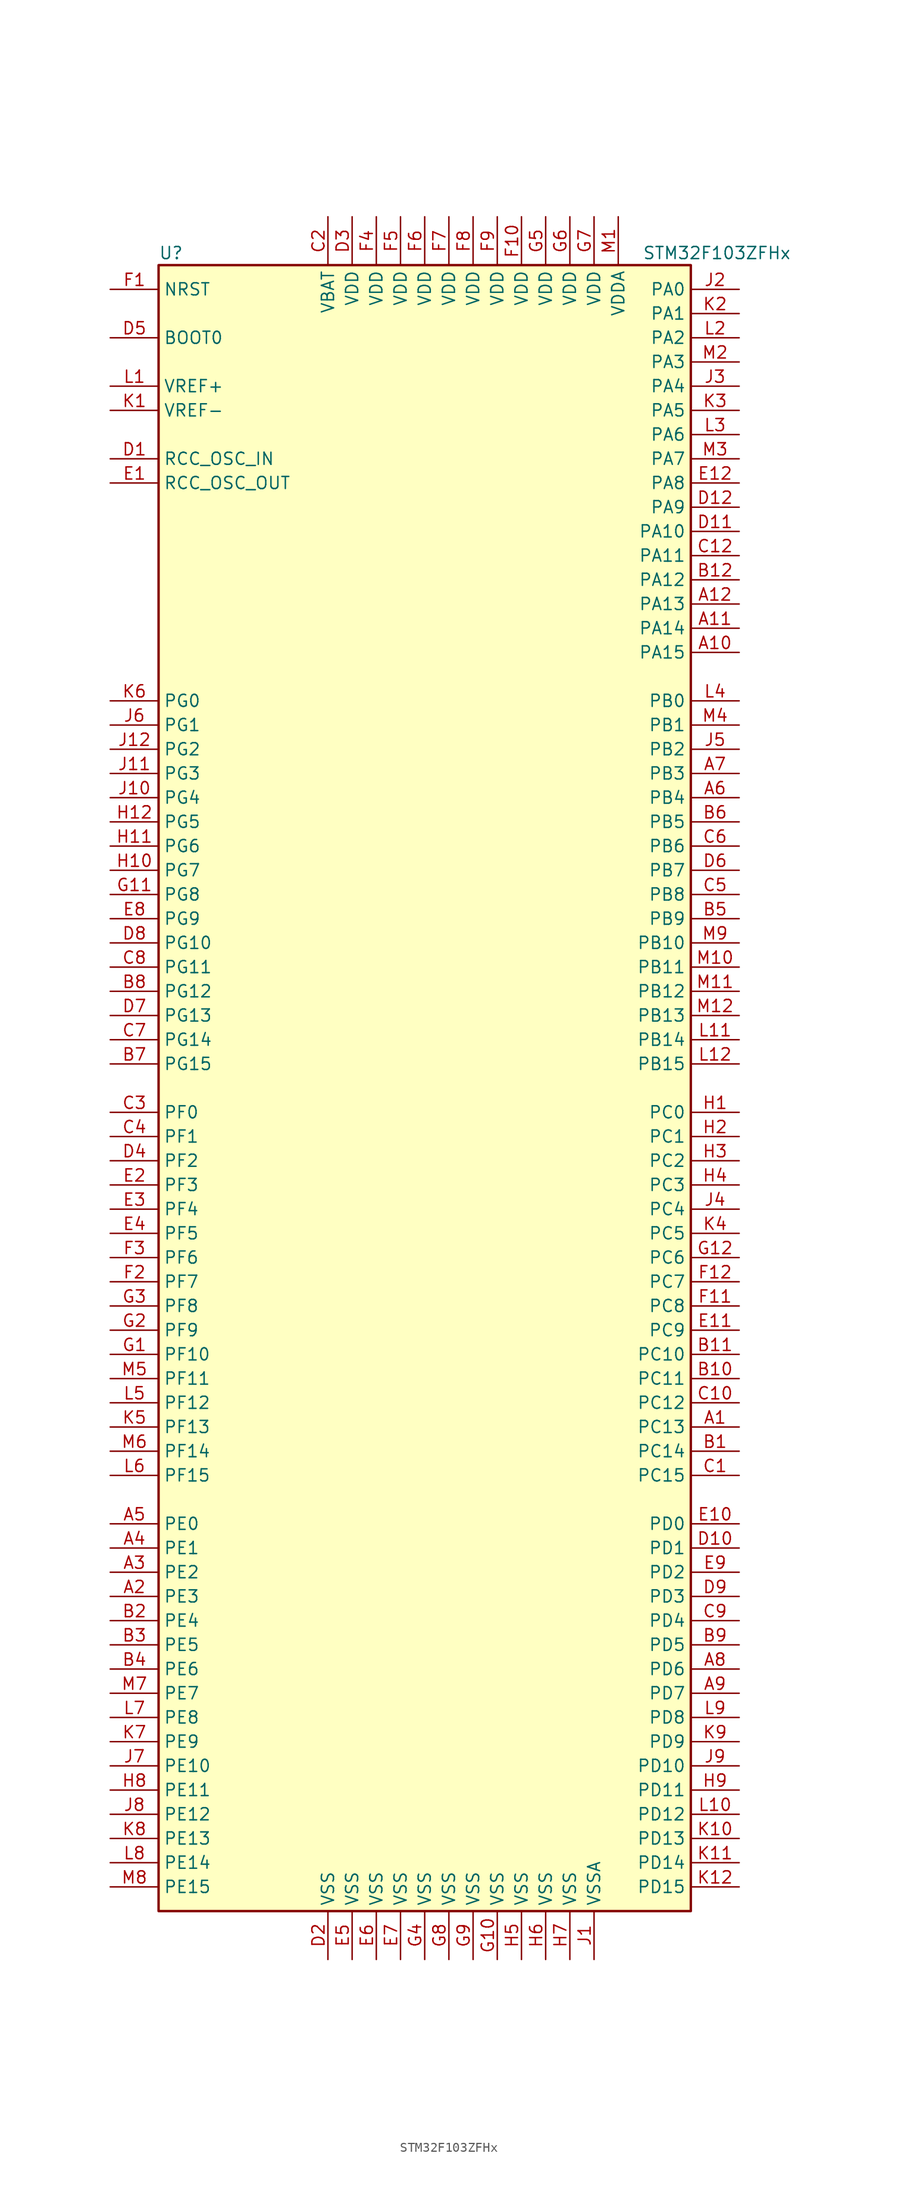
<source format=kicad_sym>
(kicad_symbol_lib
  (version 20201005)
  (generator kicad_symbol_editor)
  (symbol "MCU_ST_STM32F1:STM32F103ZFHx"
    (property "Reference" "U"
      (at -27.94 87.63 0)
      (effects (font (size 1.27 1.27)) (justify left)))
    (property "Value" "STM32F103ZFHx"
      (at 22.86 87.63 0)
      (effects (font (size 1.27 1.27)) (justify left)))
    (symbol "STM32F103ZFHx_0_1"
      (rectangle (start -27.94 -86.36) (end 27.94 86.36) (stroke (width 0.254)) (fill (type background))))
    (symbol "STM32F103ZFHx_1_1"
      (pin input line (at -33.02 78.74 0) (length 5.08) (name "BOOT0" (effects (font (size 1.27 1.27)))) (number "D5" (effects (font (size 1.27 1.27)))))
      (pin no_connect line (at -27.94 -83.82 0) (length 5.08) hide (name "NC" (effects (font (size 1.27 1.27)))) (number "C11" (effects (font (size 1.27 1.27)))))
      (pin input line (at -33.02 83.82 0) (length 5.08) (name "NRST" (effects (font (size 1.27 1.27)))) (number "F1" (effects (font (size 1.27 1.27)))))
      (pin bidirectional line (at 33.02 83.82 180) (length 5.08) (name "PA0" (effects (font (size 1.27 1.27)))) (number "J2" (effects (font (size 1.27 1.27)))))
      (pin bidirectional line (at 33.02 81.28 180) (length 5.08) (name "PA1" (effects (font (size 1.27 1.27)))) (number "K2" (effects (font (size 1.27 1.27)))))
      (pin bidirectional line (at 33.02 58.42 180) (length 5.08) (name "PA10" (effects (font (size 1.27 1.27)))) (number "D11" (effects (font (size 1.27 1.27)))))
      (pin bidirectional line (at 33.02 55.88 180) (length 5.08) (name "PA11" (effects (font (size 1.27 1.27)))) (number "C12" (effects (font (size 1.27 1.27)))))
      (pin bidirectional line (at 33.02 53.34 180) (length 5.08) (name "PA12" (effects (font (size 1.27 1.27)))) (number "B12" (effects (font (size 1.27 1.27)))))
      (pin bidirectional line (at 33.02 50.8 180) (length 5.08) (name "PA13" (effects (font (size 1.27 1.27)))) (number "A12" (effects (font (size 1.27 1.27)))))
      (pin bidirectional line (at 33.02 48.26 180) (length 5.08) (name "PA14" (effects (font (size 1.27 1.27)))) (number "A11" (effects (font (size 1.27 1.27)))))
      (pin bidirectional line (at 33.02 45.72 180) (length 5.08) (name "PA15" (effects (font (size 1.27 1.27)))) (number "A10" (effects (font (size 1.27 1.27)))))
      (pin bidirectional line (at 33.02 78.74 180) (length 5.08) (name "PA2" (effects (font (size 1.27 1.27)))) (number "L2" (effects (font (size 1.27 1.27)))))
      (pin bidirectional line (at 33.02 76.2 180) (length 5.08) (name "PA3" (effects (font (size 1.27 1.27)))) (number "M2" (effects (font (size 1.27 1.27)))))
      (pin bidirectional line (at 33.02 73.66 180) (length 5.08) (name "PA4" (effects (font (size 1.27 1.27)))) (number "J3" (effects (font (size 1.27 1.27)))))
      (pin bidirectional line (at 33.02 71.12 180) (length 5.08) (name "PA5" (effects (font (size 1.27 1.27)))) (number "K3" (effects (font (size 1.27 1.27)))))
      (pin bidirectional line (at 33.02 68.58 180) (length 5.08) (name "PA6" (effects (font (size 1.27 1.27)))) (number "L3" (effects (font (size 1.27 1.27)))))
      (pin bidirectional line (at 33.02 66.04 180) (length 5.08) (name "PA7" (effects (font (size 1.27 1.27)))) (number "M3" (effects (font (size 1.27 1.27)))))
      (pin bidirectional line (at 33.02 63.5 180) (length 5.08) (name "PA8" (effects (font (size 1.27 1.27)))) (number "E12" (effects (font (size 1.27 1.27)))))
      (pin bidirectional line (at 33.02 60.96 180) (length 5.08) (name "PA9" (effects (font (size 1.27 1.27)))) (number "D12" (effects (font (size 1.27 1.27)))))
      (pin bidirectional line (at 33.02 40.64 180) (length 5.08) (name "PB0" (effects (font (size 1.27 1.27)))) (number "L4" (effects (font (size 1.27 1.27)))))
      (pin bidirectional line (at 33.02 38.1 180) (length 5.08) (name "PB1" (effects (font (size 1.27 1.27)))) (number "M4" (effects (font (size 1.27 1.27)))))
      (pin bidirectional line (at 33.02 15.24 180) (length 5.08) (name "PB10" (effects (font (size 1.27 1.27)))) (number "M9" (effects (font (size 1.27 1.27)))))
      (pin bidirectional line (at 33.02 12.7 180) (length 5.08) (name "PB11" (effects (font (size 1.27 1.27)))) (number "M10" (effects (font (size 1.27 1.27)))))
      (pin bidirectional line (at 33.02 10.16 180) (length 5.08) (name "PB12" (effects (font (size 1.27 1.27)))) (number "M11" (effects (font (size 1.27 1.27)))))
      (pin bidirectional line (at 33.02 7.62 180) (length 5.08) (name "PB13" (effects (font (size 1.27 1.27)))) (number "M12" (effects (font (size 1.27 1.27)))))
      (pin bidirectional line (at 33.02 5.08 180) (length 5.08) (name "PB14" (effects (font (size 1.27 1.27)))) (number "L11" (effects (font (size 1.27 1.27)))))
      (pin bidirectional line (at 33.02 2.54 180) (length 5.08) (name "PB15" (effects (font (size 1.27 1.27)))) (number "L12" (effects (font (size 1.27 1.27)))))
      (pin bidirectional line (at 33.02 35.56 180) (length 5.08) (name "PB2" (effects (font (size 1.27 1.27)))) (number "J5" (effects (font (size 1.27 1.27)))))
      (pin bidirectional line (at 33.02 33.02 180) (length 5.08) (name "PB3" (effects (font (size 1.27 1.27)))) (number "A7" (effects (font (size 1.27 1.27)))))
      (pin bidirectional line (at 33.02 30.48 180) (length 5.08) (name "PB4" (effects (font (size 1.27 1.27)))) (number "A6" (effects (font (size 1.27 1.27)))))
      (pin bidirectional line (at 33.02 27.94 180) (length 5.08) (name "PB5" (effects (font (size 1.27 1.27)))) (number "B6" (effects (font (size 1.27 1.27)))))
      (pin bidirectional line (at 33.02 25.4 180) (length 5.08) (name "PB6" (effects (font (size 1.27 1.27)))) (number "C6" (effects (font (size 1.27 1.27)))))
      (pin bidirectional line (at 33.02 22.86 180) (length 5.08) (name "PB7" (effects (font (size 1.27 1.27)))) (number "D6" (effects (font (size 1.27 1.27)))))
      (pin bidirectional line (at 33.02 20.32 180) (length 5.08) (name "PB8" (effects (font (size 1.27 1.27)))) (number "C5" (effects (font (size 1.27 1.27)))))
      (pin bidirectional line (at 33.02 17.78 180) (length 5.08) (name "PB9" (effects (font (size 1.27 1.27)))) (number "B5" (effects (font (size 1.27 1.27)))))
      (pin bidirectional line (at 33.02 -2.54 180) (length 5.08) (name "PC0" (effects (font (size 1.27 1.27)))) (number "H1" (effects (font (size 1.27 1.27)))))
      (pin bidirectional line (at 33.02 -5.08 180) (length 5.08) (name "PC1" (effects (font (size 1.27 1.27)))) (number "H2" (effects (font (size 1.27 1.27)))))
      (pin bidirectional line (at 33.02 -27.94 180) (length 5.08) (name "PC10" (effects (font (size 1.27 1.27)))) (number "B11" (effects (font (size 1.27 1.27)))))
      (pin bidirectional line (at 33.02 -30.48 180) (length 5.08) (name "PC11" (effects (font (size 1.27 1.27)))) (number "B10" (effects (font (size 1.27 1.27)))))
      (pin bidirectional line (at 33.02 -33.02 180) (length 5.08) (name "PC12" (effects (font (size 1.27 1.27)))) (number "C10" (effects (font (size 1.27 1.27)))))
      (pin bidirectional line (at 33.02 -35.56 180) (length 5.08) (name "PC13" (effects (font (size 1.27 1.27)))) (number "A1" (effects (font (size 1.27 1.27)))))
      (pin bidirectional line (at 33.02 -38.1 180) (length 5.08) (name "PC14" (effects (font (size 1.27 1.27)))) (number "B1" (effects (font (size 1.27 1.27)))))
      (pin bidirectional line (at 33.02 -40.64 180) (length 5.08) (name "PC15" (effects (font (size 1.27 1.27)))) (number "C1" (effects (font (size 1.27 1.27)))))
      (pin bidirectional line (at 33.02 -7.62 180) (length 5.08) (name "PC2" (effects (font (size 1.27 1.27)))) (number "H3" (effects (font (size 1.27 1.27)))))
      (pin bidirectional line (at 33.02 -10.16 180) (length 5.08) (name "PC3" (effects (font (size 1.27 1.27)))) (number "H4" (effects (font (size 1.27 1.27)))))
      (pin bidirectional line (at 33.02 -12.7 180) (length 5.08) (name "PC4" (effects (font (size 1.27 1.27)))) (number "J4" (effects (font (size 1.27 1.27)))))
      (pin bidirectional line (at 33.02 -15.24 180) (length 5.08) (name "PC5" (effects (font (size 1.27 1.27)))) (number "K4" (effects (font (size 1.27 1.27)))))
      (pin bidirectional line (at 33.02 -17.78 180) (length 5.08) (name "PC6" (effects (font (size 1.27 1.27)))) (number "G12" (effects (font (size 1.27 1.27)))))
      (pin bidirectional line (at 33.02 -20.32 180) (length 5.08) (name "PC7" (effects (font (size 1.27 1.27)))) (number "F12" (effects (font (size 1.27 1.27)))))
      (pin bidirectional line (at 33.02 -22.86 180) (length 5.08) (name "PC8" (effects (font (size 1.27 1.27)))) (number "F11" (effects (font (size 1.27 1.27)))))
      (pin bidirectional line (at 33.02 -25.4 180) (length 5.08) (name "PC9" (effects (font (size 1.27 1.27)))) (number "E11" (effects (font (size 1.27 1.27)))))
      (pin bidirectional line (at 33.02 -45.72 180) (length 5.08) (name "PD0" (effects (font (size 1.27 1.27)))) (number "E10" (effects (font (size 1.27 1.27)))))
      (pin bidirectional line (at 33.02 -48.26 180) (length 5.08) (name "PD1" (effects (font (size 1.27 1.27)))) (number "D10" (effects (font (size 1.27 1.27)))))
      (pin bidirectional line (at 33.02 -71.12 180) (length 5.08) (name "PD10" (effects (font (size 1.27 1.27)))) (number "J9" (effects (font (size 1.27 1.27)))))
      (pin bidirectional line (at 33.02 -73.66 180) (length 5.08) (name "PD11" (effects (font (size 1.27 1.27)))) (number "H9" (effects (font (size 1.27 1.27)))))
      (pin bidirectional line (at 33.02 -76.2 180) (length 5.08) (name "PD12" (effects (font (size 1.27 1.27)))) (number "L10" (effects (font (size 1.27 1.27)))))
      (pin bidirectional line (at 33.02 -78.74 180) (length 5.08) (name "PD13" (effects (font (size 1.27 1.27)))) (number "K10" (effects (font (size 1.27 1.27)))))
      (pin bidirectional line (at 33.02 -81.28 180) (length 5.08) (name "PD14" (effects (font (size 1.27 1.27)))) (number "K11" (effects (font (size 1.27 1.27)))))
      (pin bidirectional line (at 33.02 -83.82 180) (length 5.08) (name "PD15" (effects (font (size 1.27 1.27)))) (number "K12" (effects (font (size 1.27 1.27)))))
      (pin bidirectional line (at 33.02 -50.8 180) (length 5.08) (name "PD2" (effects (font (size 1.27 1.27)))) (number "E9" (effects (font (size 1.27 1.27)))))
      (pin bidirectional line (at 33.02 -53.34 180) (length 5.08) (name "PD3" (effects (font (size 1.27 1.27)))) (number "D9" (effects (font (size 1.27 1.27)))))
      (pin bidirectional line (at 33.02 -55.88 180) (length 5.08) (name "PD4" (effects (font (size 1.27 1.27)))) (number "C9" (effects (font (size 1.27 1.27)))))
      (pin bidirectional line (at 33.02 -58.42 180) (length 5.08) (name "PD5" (effects (font (size 1.27 1.27)))) (number "B9" (effects (font (size 1.27 1.27)))))
      (pin bidirectional line (at 33.02 -60.96 180) (length 5.08) (name "PD6" (effects (font (size 1.27 1.27)))) (number "A8" (effects (font (size 1.27 1.27)))))
      (pin bidirectional line (at 33.02 -63.5 180) (length 5.08) (name "PD7" (effects (font (size 1.27 1.27)))) (number "A9" (effects (font (size 1.27 1.27)))))
      (pin bidirectional line (at 33.02 -66.04 180) (length 5.08) (name "PD8" (effects (font (size 1.27 1.27)))) (number "L9" (effects (font (size 1.27 1.27)))))
      (pin bidirectional line (at 33.02 -68.58 180) (length 5.08) (name "PD9" (effects (font (size 1.27 1.27)))) (number "K9" (effects (font (size 1.27 1.27)))))
      (pin bidirectional line (at -33.02 -45.72 0) (length 5.08) (name "PE0" (effects (font (size 1.27 1.27)))) (number "A5" (effects (font (size 1.27 1.27)))))
      (pin bidirectional line (at -33.02 -48.26 0) (length 5.08) (name "PE1" (effects (font (size 1.27 1.27)))) (number "A4" (effects (font (size 1.27 1.27)))))
      (pin bidirectional line (at -33.02 -71.12 0) (length 5.08) (name "PE10" (effects (font (size 1.27 1.27)))) (number "J7" (effects (font (size 1.27 1.27)))))
      (pin bidirectional line (at -33.02 -73.66 0) (length 5.08) (name "PE11" (effects (font (size 1.27 1.27)))) (number "H8" (effects (font (size 1.27 1.27)))))
      (pin bidirectional line (at -33.02 -76.2 0) (length 5.08) (name "PE12" (effects (font (size 1.27 1.27)))) (number "J8" (effects (font (size 1.27 1.27)))))
      (pin bidirectional line (at -33.02 -78.74 0) (length 5.08) (name "PE13" (effects (font (size 1.27 1.27)))) (number "K8" (effects (font (size 1.27 1.27)))))
      (pin bidirectional line (at -33.02 -81.28 0) (length 5.08) (name "PE14" (effects (font (size 1.27 1.27)))) (number "L8" (effects (font (size 1.27 1.27)))))
      (pin bidirectional line (at -33.02 -83.82 0) (length 5.08) (name "PE15" (effects (font (size 1.27 1.27)))) (number "M8" (effects (font (size 1.27 1.27)))))
      (pin bidirectional line (at -33.02 -50.8 0) (length 5.08) (name "PE2" (effects (font (size 1.27 1.27)))) (number "A3" (effects (font (size 1.27 1.27)))))
      (pin bidirectional line (at -33.02 -53.34 0) (length 5.08) (name "PE3" (effects (font (size 1.27 1.27)))) (number "A2" (effects (font (size 1.27 1.27)))))
      (pin bidirectional line (at -33.02 -55.88 0) (length 5.08) (name "PE4" (effects (font (size 1.27 1.27)))) (number "B2" (effects (font (size 1.27 1.27)))))
      (pin bidirectional line (at -33.02 -58.42 0) (length 5.08) (name "PE5" (effects (font (size 1.27 1.27)))) (number "B3" (effects (font (size 1.27 1.27)))))
      (pin bidirectional line (at -33.02 -60.96 0) (length 5.08) (name "PE6" (effects (font (size 1.27 1.27)))) (number "B4" (effects (font (size 1.27 1.27)))))
      (pin bidirectional line (at -33.02 -63.5 0) (length 5.08) (name "PE7" (effects (font (size 1.27 1.27)))) (number "M7" (effects (font (size 1.27 1.27)))))
      (pin bidirectional line (at -33.02 -66.04 0) (length 5.08) (name "PE8" (effects (font (size 1.27 1.27)))) (number "L7" (effects (font (size 1.27 1.27)))))
      (pin bidirectional line (at -33.02 -68.58 0) (length 5.08) (name "PE9" (effects (font (size 1.27 1.27)))) (number "K7" (effects (font (size 1.27 1.27)))))
      (pin bidirectional line (at -33.02 -2.54 0) (length 5.08) (name "PF0" (effects (font (size 1.27 1.27)))) (number "C3" (effects (font (size 1.27 1.27)))))
      (pin bidirectional line (at -33.02 -5.08 0) (length 5.08) (name "PF1" (effects (font (size 1.27 1.27)))) (number "C4" (effects (font (size 1.27 1.27)))))
      (pin bidirectional line (at -33.02 -27.94 0) (length 5.08) (name "PF10" (effects (font (size 1.27 1.27)))) (number "G1" (effects (font (size 1.27 1.27)))))
      (pin bidirectional line (at -33.02 -30.48 0) (length 5.08) (name "PF11" (effects (font (size 1.27 1.27)))) (number "M5" (effects (font (size 1.27 1.27)))))
      (pin bidirectional line (at -33.02 -33.02 0) (length 5.08) (name "PF12" (effects (font (size 1.27 1.27)))) (number "L5" (effects (font (size 1.27 1.27)))))
      (pin bidirectional line (at -33.02 -35.56 0) (length 5.08) (name "PF13" (effects (font (size 1.27 1.27)))) (number "K5" (effects (font (size 1.27 1.27)))))
      (pin bidirectional line (at -33.02 -38.1 0) (length 5.08) (name "PF14" (effects (font (size 1.27 1.27)))) (number "M6" (effects (font (size 1.27 1.27)))))
      (pin bidirectional line (at -33.02 -40.64 0) (length 5.08) (name "PF15" (effects (font (size 1.27 1.27)))) (number "L6" (effects (font (size 1.27 1.27)))))
      (pin bidirectional line (at -33.02 -7.62 0) (length 5.08) (name "PF2" (effects (font (size 1.27 1.27)))) (number "D4" (effects (font (size 1.27 1.27)))))
      (pin bidirectional line (at -33.02 -10.16 0) (length 5.08) (name "PF3" (effects (font (size 1.27 1.27)))) (number "E2" (effects (font (size 1.27 1.27)))))
      (pin bidirectional line (at -33.02 -12.7 0) (length 5.08) (name "PF4" (effects (font (size 1.27 1.27)))) (number "E3" (effects (font (size 1.27 1.27)))))
      (pin bidirectional line (at -33.02 -15.24 0) (length 5.08) (name "PF5" (effects (font (size 1.27 1.27)))) (number "E4" (effects (font (size 1.27 1.27)))))
      (pin bidirectional line (at -33.02 -17.78 0) (length 5.08) (name "PF6" (effects (font (size 1.27 1.27)))) (number "F3" (effects (font (size 1.27 1.27)))))
      (pin bidirectional line (at -33.02 -20.32 0) (length 5.08) (name "PF7" (effects (font (size 1.27 1.27)))) (number "F2" (effects (font (size 1.27 1.27)))))
      (pin bidirectional line (at -33.02 -22.86 0) (length 5.08) (name "PF8" (effects (font (size 1.27 1.27)))) (number "G3" (effects (font (size 1.27 1.27)))))
      (pin bidirectional line (at -33.02 -25.4 0) (length 5.08) (name "PF9" (effects (font (size 1.27 1.27)))) (number "G2" (effects (font (size 1.27 1.27)))))
      (pin bidirectional line (at -33.02 40.64 0) (length 5.08) (name "PG0" (effects (font (size 1.27 1.27)))) (number "K6" (effects (font (size 1.27 1.27)))))
      (pin bidirectional line (at -33.02 38.1 0) (length 5.08) (name "PG1" (effects (font (size 1.27 1.27)))) (number "J6" (effects (font (size 1.27 1.27)))))
      (pin bidirectional line (at -33.02 15.24 0) (length 5.08) (name "PG10" (effects (font (size 1.27 1.27)))) (number "D8" (effects (font (size 1.27 1.27)))))
      (pin bidirectional line (at -33.02 12.7 0) (length 5.08) (name "PG11" (effects (font (size 1.27 1.27)))) (number "C8" (effects (font (size 1.27 1.27)))))
      (pin bidirectional line (at -33.02 10.16 0) (length 5.08) (name "PG12" (effects (font (size 1.27 1.27)))) (number "B8" (effects (font (size 1.27 1.27)))))
      (pin bidirectional line (at -33.02 7.62 0) (length 5.08) (name "PG13" (effects (font (size 1.27 1.27)))) (number "D7" (effects (font (size 1.27 1.27)))))
      (pin bidirectional line (at -33.02 5.08 0) (length 5.08) (name "PG14" (effects (font (size 1.27 1.27)))) (number "C7" (effects (font (size 1.27 1.27)))))
      (pin bidirectional line (at -33.02 2.54 0) (length 5.08) (name "PG15" (effects (font (size 1.27 1.27)))) (number "B7" (effects (font (size 1.27 1.27)))))
      (pin bidirectional line (at -33.02 35.56 0) (length 5.08) (name "PG2" (effects (font (size 1.27 1.27)))) (number "J12" (effects (font (size 1.27 1.27)))))
      (pin bidirectional line (at -33.02 33.02 0) (length 5.08) (name "PG3" (effects (font (size 1.27 1.27)))) (number "J11" (effects (font (size 1.27 1.27)))))
      (pin bidirectional line (at -33.02 30.48 0) (length 5.08) (name "PG4" (effects (font (size 1.27 1.27)))) (number "J10" (effects (font (size 1.27 1.27)))))
      (pin bidirectional line (at -33.02 27.94 0) (length 5.08) (name "PG5" (effects (font (size 1.27 1.27)))) (number "H12" (effects (font (size 1.27 1.27)))))
      (pin bidirectional line (at -33.02 25.4 0) (length 5.08) (name "PG6" (effects (font (size 1.27 1.27)))) (number "H11" (effects (font (size 1.27 1.27)))))
      (pin bidirectional line (at -33.02 22.86 0) (length 5.08) (name "PG7" (effects (font (size 1.27 1.27)))) (number "H10" (effects (font (size 1.27 1.27)))))
      (pin bidirectional line (at -33.02 20.32 0) (length 5.08) (name "PG8" (effects (font (size 1.27 1.27)))) (number "G11" (effects (font (size 1.27 1.27)))))
      (pin bidirectional line (at -33.02 17.78 0) (length 5.08) (name "PG9" (effects (font (size 1.27 1.27)))) (number "E8" (effects (font (size 1.27 1.27)))))
      (pin input line (at -33.02 66.04 0) (length 5.08) (name "RCC_OSC_IN" (effects (font (size 1.27 1.27)))) (number "D1" (effects (font (size 1.27 1.27)))))
      (pin input line (at -33.02 63.5 0) (length 5.08) (name "RCC_OSC_OUT" (effects (font (size 1.27 1.27)))) (number "E1" (effects (font (size 1.27 1.27)))))
      (pin power_in line (at -10.16 91.44 270) (length 5.08) (name "VBAT" (effects (font (size 1.27 1.27)))) (number "C2" (effects (font (size 1.27 1.27)))))
      (pin power_in line (at -7.62 91.44 270) (length 5.08) (name "VDD" (effects (font (size 1.27 1.27)))) (number "D3" (effects (font (size 1.27 1.27)))))
      (pin power_in line (at 10.16 91.44 270) (length 5.08) (name "VDD" (effects (font (size 1.27 1.27)))) (number "F10" (effects (font (size 1.27 1.27)))))
      (pin power_in line (at -5.08 91.44 270) (length 5.08) (name "VDD" (effects (font (size 1.27 1.27)))) (number "F4" (effects (font (size 1.27 1.27)))))
      (pin power_in line (at -2.54 91.44 270) (length 5.08) (name "VDD" (effects (font (size 1.27 1.27)))) (number "F5" (effects (font (size 1.27 1.27)))))
      (pin power_in line (at 0 91.44 270) (length 5.08) (name "VDD" (effects (font (size 1.27 1.27)))) (number "F6" (effects (font (size 1.27 1.27)))))
      (pin power_in line (at 2.54 91.44 270) (length 5.08) (name "VDD" (effects (font (size 1.27 1.27)))) (number "F7" (effects (font (size 1.27 1.27)))))
      (pin power_in line (at 5.08 91.44 270) (length 5.08) (name "VDD" (effects (font (size 1.27 1.27)))) (number "F8" (effects (font (size 1.27 1.27)))))
      (pin power_in line (at 7.62 91.44 270) (length 5.08) (name "VDD" (effects (font (size 1.27 1.27)))) (number "F9" (effects (font (size 1.27 1.27)))))
      (pin power_in line (at 12.7 91.44 270) (length 5.08) (name "VDD" (effects (font (size 1.27 1.27)))) (number "G5" (effects (font (size 1.27 1.27)))))
      (pin power_in line (at 15.24 91.44 270) (length 5.08) (name "VDD" (effects (font (size 1.27 1.27)))) (number "G6" (effects (font (size 1.27 1.27)))))
      (pin power_in line (at 17.78 91.44 270) (length 5.08) (name "VDD" (effects (font (size 1.27 1.27)))) (number "G7" (effects (font (size 1.27 1.27)))))
      (pin power_in line (at 20.32 91.44 270) (length 5.08) (name "VDDA" (effects (font (size 1.27 1.27)))) (number "M1" (effects (font (size 1.27 1.27)))))
      (pin power_in line (at -33.02 73.66 0) (length 5.08) (name "VREF+" (effects (font (size 1.27 1.27)))) (number "L1" (effects (font (size 1.27 1.27)))))
      (pin power_in line (at -33.02 71.12 0) (length 5.08) (name "VREF-" (effects (font (size 1.27 1.27)))) (number "K1" (effects (font (size 1.27 1.27)))))
      (pin power_in line (at -10.16 -91.44 90) (length 5.08) (name "VSS" (effects (font (size 1.27 1.27)))) (number "D2" (effects (font (size 1.27 1.27)))))
      (pin power_in line (at -7.62 -91.44 90) (length 5.08) (name "VSS" (effects (font (size 1.27 1.27)))) (number "E5" (effects (font (size 1.27 1.27)))))
      (pin power_in line (at -5.08 -91.44 90) (length 5.08) (name "VSS" (effects (font (size 1.27 1.27)))) (number "E6" (effects (font (size 1.27 1.27)))))
      (pin power_in line (at -2.54 -91.44 90) (length 5.08) (name "VSS" (effects (font (size 1.27 1.27)))) (number "E7" (effects (font (size 1.27 1.27)))))
      (pin power_in line (at 7.62 -91.44 90) (length 5.08) (name "VSS" (effects (font (size 1.27 1.27)))) (number "G10" (effects (font (size 1.27 1.27)))))
      (pin power_in line (at 0 -91.44 90) (length 5.08) (name "VSS" (effects (font (size 1.27 1.27)))) (number "G4" (effects (font (size 1.27 1.27)))))
      (pin power_in line (at 2.54 -91.44 90) (length 5.08) (name "VSS" (effects (font (size 1.27 1.27)))) (number "G8" (effects (font (size 1.27 1.27)))))
      (pin power_in line (at 5.08 -91.44 90) (length 5.08) (name "VSS" (effects (font (size 1.27 1.27)))) (number "G9" (effects (font (size 1.27 1.27)))))
      (pin power_in line (at 10.16 -91.44 90) (length 5.08) (name "VSS" (effects (font (size 1.27 1.27)))) (number "H5" (effects (font (size 1.27 1.27)))))
      (pin power_in line (at 12.7 -91.44 90) (length 5.08) (name "VSS" (effects (font (size 1.27 1.27)))) (number "H6" (effects (font (size 1.27 1.27)))))
      (pin power_in line (at 15.24 -91.44 90) (length 5.08) (name "VSS" (effects (font (size 1.27 1.27)))) (number "H7" (effects (font (size 1.27 1.27)))))
      (pin power_in line (at 17.78 -91.44 90) (length 5.08) (name "VSSA" (effects (font (size 1.27 1.27)))) (number "J1" (effects (font (size 1.27 1.27))))))))
</source>
